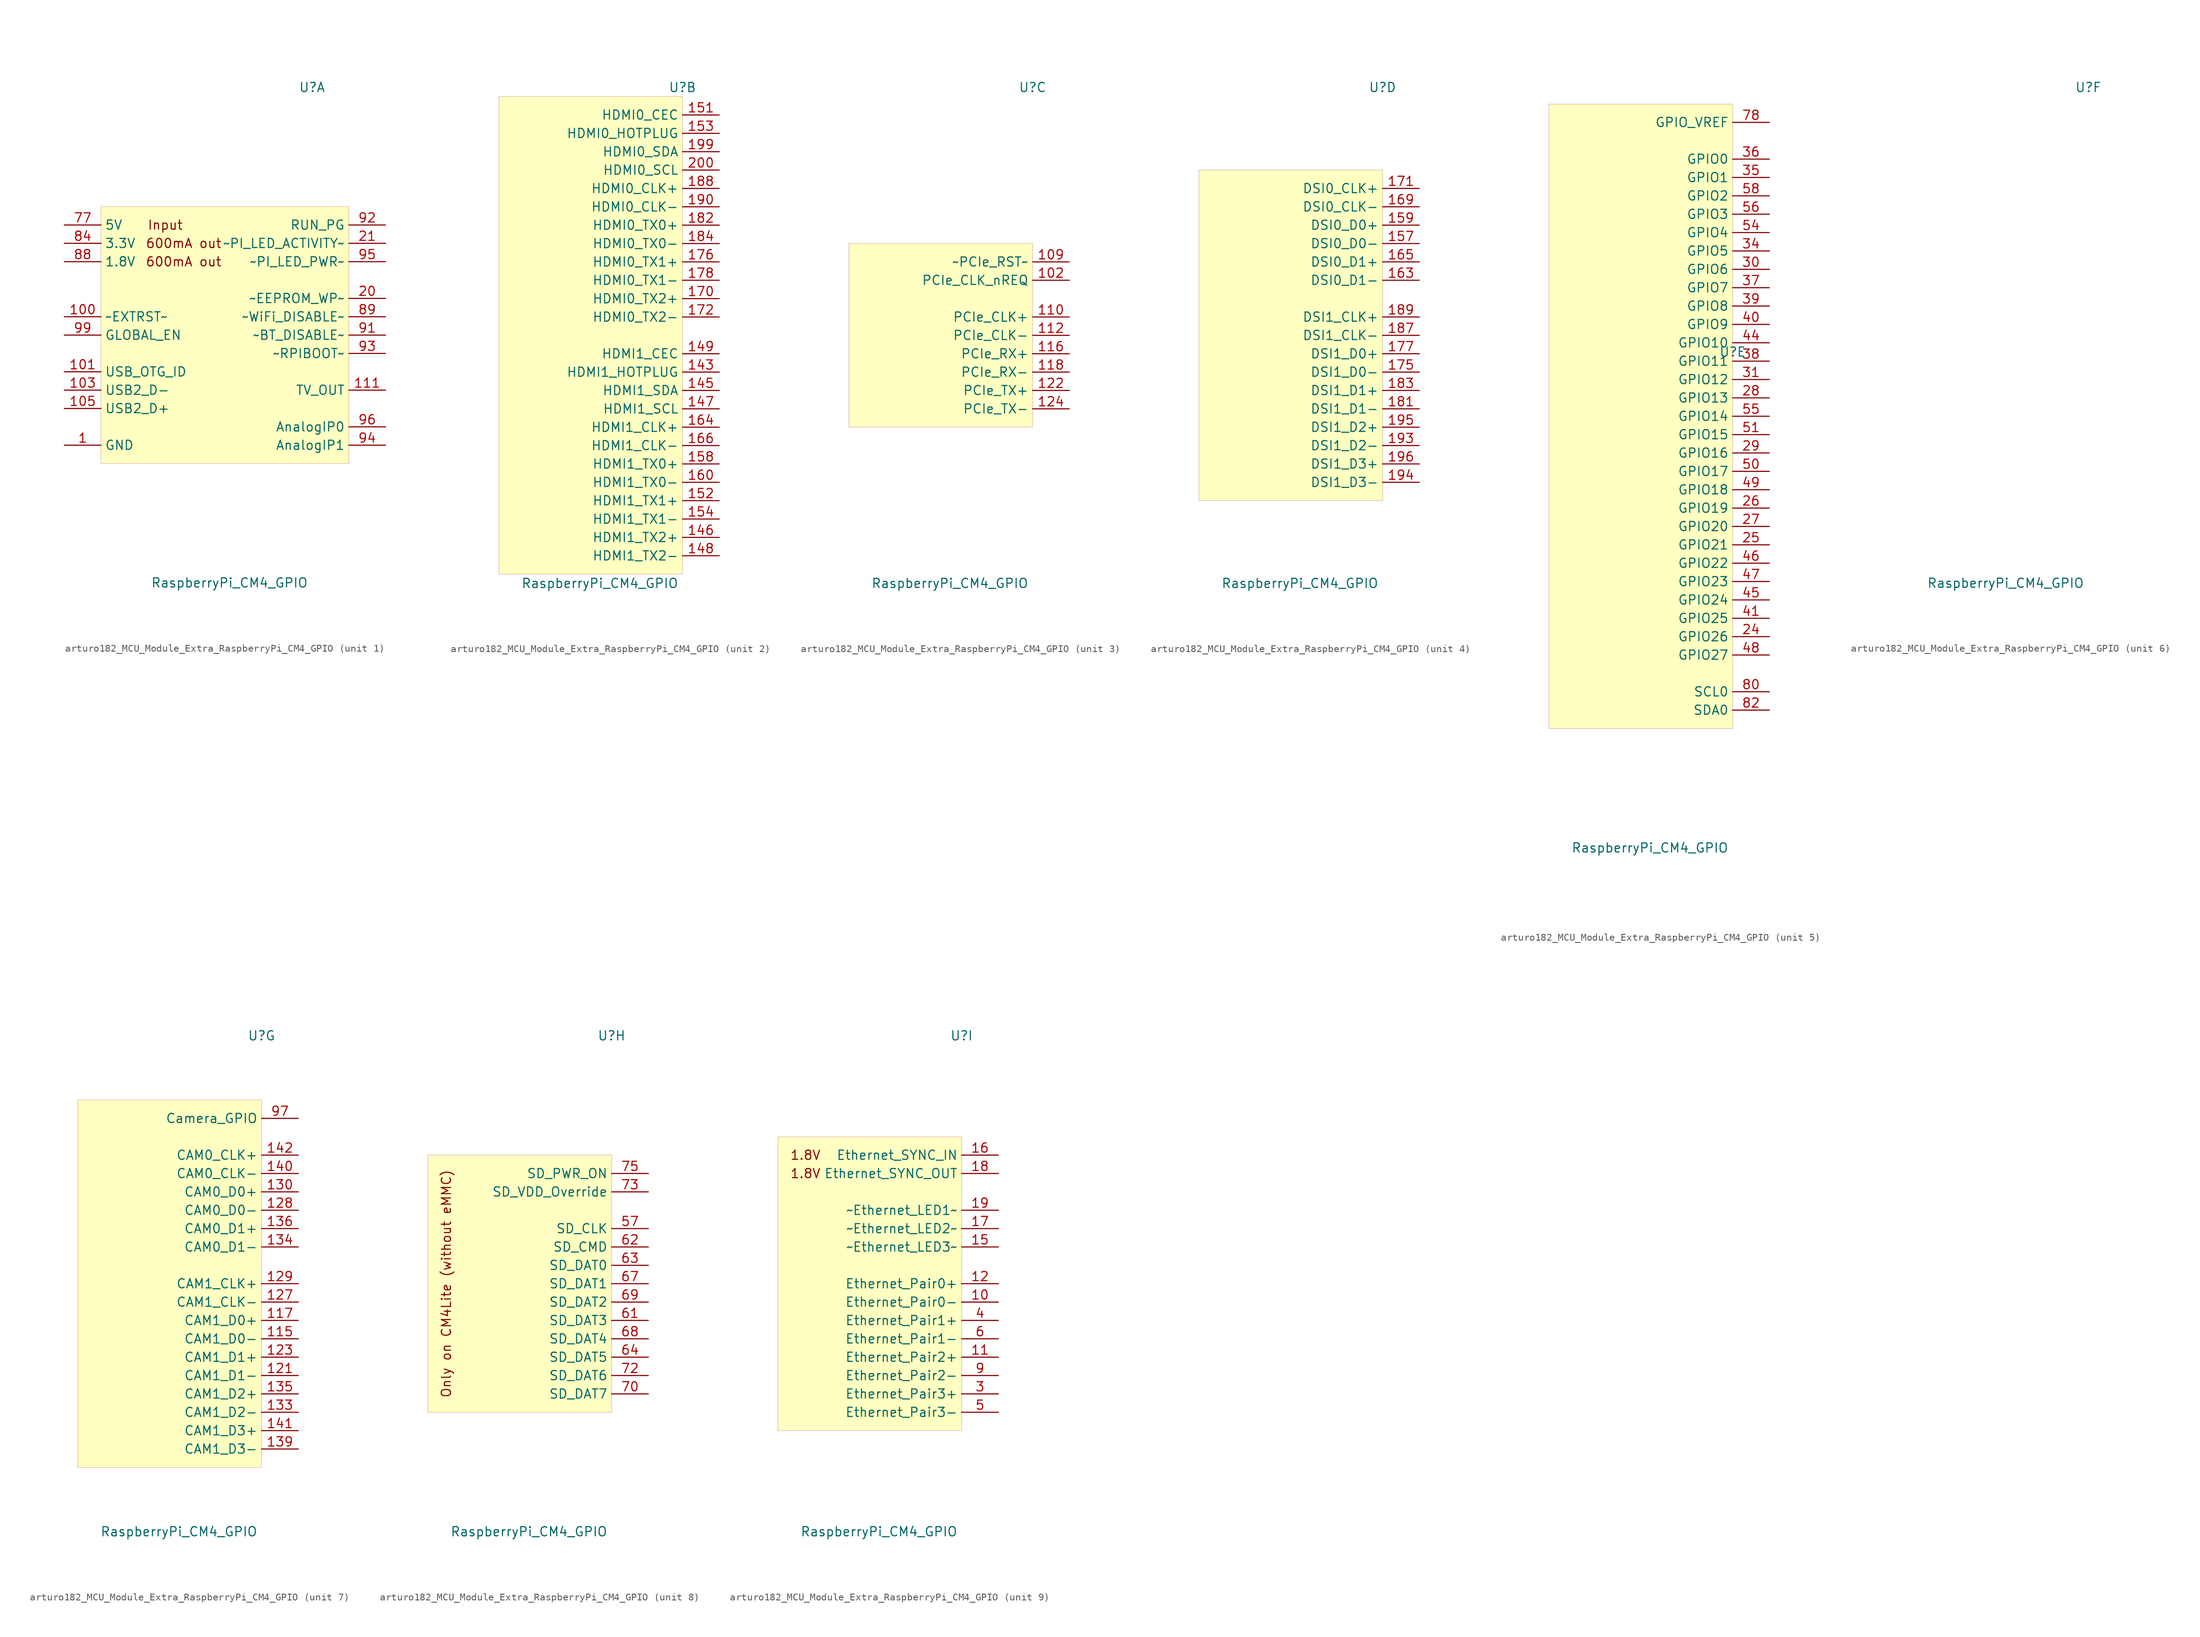
<source format=kicad_sym>
(kicad_symbol_lib
  (version 20220914)
  (generator kicad_symbol_editor)
  (symbol "MCU_Module_Extra:arturo182_MCU_Module_Extra_RaspberryPi_CM4_GPIO"
    (property "Reference" "U"
      (at 12.7 34.29 0)
      (effects (font (size 1.27 1.27))))
    (property "Value" "RaspberryPi_CM4_GPIO"
      (at 1.27 -34.29 0)
      (effects (font (size 1.27 1.27))))
    (property "ki_locked" ""
      (at 0 0 0)
      (effects (font (size 1.27 1.27))))
    (symbol "arturo182_MCU_Module_Extra_RaspberryPi_CM4_GPIO_1_0"
      (text "600mA out" (at -5.08 10.16 0) (effects (font (size 1.27 1.27))))
      (text "600mA out" (at -5.08 12.7 0) (effects (font (size 1.27 1.27))))
      (text "Input" (at -7.62 15.24 0) (effects (font (size 1.27 1.27))))
      (rectangle (start -16.51 17.78) (end 17.78 -17.78) (stroke (width 0.001)) (fill (type background))))
    (symbol "arturo182_MCU_Module_Extra_RaspberryPi_CM4_GPIO_1_1"
      (pin power_in line (at -21.59 -15.24 0) (length 5.08) (name "GND" (effects (font (size 1.27 1.27)))) (number "1" (effects (font (size 1.27 1.27)))))
      (pin output line (at -21.59 2.54 0) (length 5.08) (name "~EXTRST~" (effects (font (size 1.27 1.27)))) (number "100" (effects (font (size 1.27 1.27)))))
      (pin passive line (at -21.59 -15.24 0) (length 5.08) hide (name "GND" (effects (font (size 1.27 1.27)))) (number "13" (effects (font (size 1.27 1.27)))))
      (pin passive line (at -21.59 -15.24 0) (length 5.08) hide (name "GND" (effects (font (size 1.27 1.27)))) (number "14" (effects (font (size 1.27 1.27)))))
      (pin passive line (at -21.59 -15.24 0) (length 5.08) hide (name "GND" (effects (font (size 1.27 1.27)))) (number "2" (effects (font (size 1.27 1.27)))))
      (pin bidirectional line (at 22.86 5.08 180) (length 5.08) (name "~EEPROM_WP~" (effects (font (size 1.27 1.27)))) (number "20" (effects (font (size 1.27 1.27)))))
      (pin open_collector line (at 22.86 12.7 180) (length 5.08) (name "~PI_LED_ACTIVITY~" (effects (font (size 1.27 1.27)))) (number "21" (effects (font (size 1.27 1.27)))))
      (pin passive line (at -21.59 -15.24 0) (length 5.08) hide (name "GND" (effects (font (size 1.27 1.27)))) (number "22" (effects (font (size 1.27 1.27)))))
      (pin passive line (at -21.59 -15.24 0) (length 5.08) hide (name "GND" (effects (font (size 1.27 1.27)))) (number "23" (effects (font (size 1.27 1.27)))))
      (pin passive line (at -21.59 -15.24 0) (length 5.08) hide (name "GND" (effects (font (size 1.27 1.27)))) (number "32" (effects (font (size 1.27 1.27)))))
      (pin passive line (at -21.59 -15.24 0) (length 5.08) hide (name "GND" (effects (font (size 1.27 1.27)))) (number "33" (effects (font (size 1.27 1.27)))))
      (pin passive line (at -21.59 -15.24 0) (length 5.08) hide (name "GND" (effects (font (size 1.27 1.27)))) (number "42" (effects (font (size 1.27 1.27)))))
      (pin passive line (at -21.59 -15.24 0) (length 5.08) hide (name "GND" (effects (font (size 1.27 1.27)))) (number "43" (effects (font (size 1.27 1.27)))))
      (pin passive line (at -21.59 -15.24 0) (length 5.08) hide (name "GND" (effects (font (size 1.27 1.27)))) (number "52" (effects (font (size 1.27 1.27)))))
      (pin passive line (at -21.59 -15.24 0) (length 5.08) hide (name "GND" (effects (font (size 1.27 1.27)))) (number "53" (effects (font (size 1.27 1.27)))))
      (pin passive line (at -21.59 -15.24 0) (length 5.08) hide (name "GND" (effects (font (size 1.27 1.27)))) (number "59" (effects (font (size 1.27 1.27)))))
      (pin passive line (at -21.59 -15.24 0) (length 5.08) hide (name "GND" (effects (font (size 1.27 1.27)))) (number "60" (effects (font (size 1.27 1.27)))))
      (pin passive line (at -21.59 -15.24 0) (length 5.08) hide (name "GND" (effects (font (size 1.27 1.27)))) (number "65" (effects (font (size 1.27 1.27)))))
      (pin passive line (at -21.59 -15.24 0) (length 5.08) hide (name "GND" (effects (font (size 1.27 1.27)))) (number "66" (effects (font (size 1.27 1.27)))))
      (pin passive line (at -21.59 -15.24 0) (length 5.08) hide (name "GND" (effects (font (size 1.27 1.27)))) (number "7" (effects (font (size 1.27 1.27)))))
      (pin passive line (at -21.59 -15.24 0) (length 5.08) hide (name "GND" (effects (font (size 1.27 1.27)))) (number "71" (effects (font (size 1.27 1.27)))))
      (pin passive line (at -21.59 -15.24 0) (length 5.08) hide (name "GND" (effects (font (size 1.27 1.27)))) (number "74" (effects (font (size 1.27 1.27)))))
      (pin no_connect line (at -1.27 -10.16 0) (length 5.08) hide (name "Reserved" (effects (font (size 1.27 1.27)))) (number "76" (effects (font (size 1.27 1.27)))))
      (pin power_in line (at -21.59 15.24 0) (length 5.08) (name "5V" (effects (font (size 1.27 1.27)))) (number "77" (effects (font (size 1.27 1.27)))))
      (pin passive line (at -21.59 15.24 0) (length 5.08) hide (name "5V" (effects (font (size 1.27 1.27)))) (number "79" (effects (font (size 1.27 1.27)))))
      (pin passive line (at -21.59 -15.24 0) (length 5.08) hide (name "GND" (effects (font (size 1.27 1.27)))) (number "8" (effects (font (size 1.27 1.27)))))
      (pin passive line (at -21.59 15.24 0) (length 5.08) hide (name "5V" (effects (font (size 1.27 1.27)))) (number "81" (effects (font (size 1.27 1.27)))))
      (pin passive line (at -21.59 15.24 0) (length 5.08) hide (name "5V" (effects (font (size 1.27 1.27)))) (number "83" (effects (font (size 1.27 1.27)))))
      (pin power_out line (at -21.59 12.7 0) (length 5.08) (name "3.3V" (effects (font (size 1.27 1.27)))) (number "84" (effects (font (size 1.27 1.27)))))
      (pin passive line (at -21.59 15.24 0) (length 5.08) hide (name "5V" (effects (font (size 1.27 1.27)))) (number "85" (effects (font (size 1.27 1.27)))))
      (pin passive line (at -21.59 12.7 0) (length 5.08) hide (name "3.3V" (effects (font (size 1.27 1.27)))) (number "86" (effects (font (size 1.27 1.27)))))
      (pin passive line (at -21.59 15.24 0) (length 5.08) hide (name "5V" (effects (font (size 1.27 1.27)))) (number "87" (effects (font (size 1.27 1.27)))))
      (pin power_out line (at -21.59 10.16 0) (length 5.08) (name "1.8V" (effects (font (size 1.27 1.27)))) (number "88" (effects (font (size 1.27 1.27)))))
      (pin power_in line (at 22.86 2.54 180) (length 5.08) (name "~WiFi_DISABLE~" (effects (font (size 1.27 1.27)))) (number "89" (effects (font (size 1.27 1.27)))))
      (pin passive line (at -21.59 10.16 0) (length 5.08) hide (name "1.8V" (effects (font (size 1.27 1.27)))) (number "90" (effects (font (size 1.27 1.27)))))
      (pin input line (at 22.86 0 180) (length 5.08) (name "~BT_DISABLE~" (effects (font (size 1.27 1.27)))) (number "91" (effects (font (size 1.27 1.27)))))
      (pin bidirectional line (at 22.86 15.24 180) (length 5.08) (name "RUN_PG" (effects (font (size 1.27 1.27)))) (number "92" (effects (font (size 1.27 1.27)))))
      (pin input line (at 22.86 -2.54 180) (length 5.08) (name "~RPIBOOT~" (effects (font (size 1.27 1.27)))) (number "93" (effects (font (size 1.27 1.27)))))
      (pin output line (at 22.86 -15.24 180) (length 5.08) (name "AnalogIP1" (effects (font (size 1.27 1.27)))) (number "94" (effects (font (size 1.27 1.27)))))
      (pin output line (at 22.86 10.16 180) (length 5.08) (name "~PI_LED_PWR~" (effects (font (size 1.27 1.27)))) (number "95" (effects (font (size 1.27 1.27)))))
      (pin output line (at 22.86 -12.7 180) (length 5.08) (name "AnalogIP0" (effects (font (size 1.27 1.27)))) (number "96" (effects (font (size 1.27 1.27)))))
      (pin passive line (at -21.59 -15.24 0) (length 5.08) hide (name "GND" (effects (font (size 1.27 1.27)))) (number "98" (effects (font (size 1.27 1.27)))))
      (pin input line (at -21.59 0 0) (length 5.08) (name "GLOBAL_EN" (effects (font (size 1.27 1.27)))) (number "99" (effects (font (size 1.27 1.27)))))
      (pin input line (at -21.59 -5.08 0) (length 5.08) (name "USB_OTG_ID" (effects (font (size 1.27 1.27)))) (number "101" (effects (font (size 1.27 1.27)))))
      (pin passive line (at -21.59 -7.62 0) (length 5.08) (name "USB2_D-" (effects (font (size 1.27 1.27)))) (number "103" (effects (font (size 1.27 1.27)))))
      (pin no_connect line (at -1.27 -5.08 0) (length 5.08) hide (name "Reserved" (effects (font (size 1.27 1.27)))) (number "104" (effects (font (size 1.27 1.27)))))
      (pin passive line (at -21.59 -10.16 0) (length 5.08) (name "USB2_D+" (effects (font (size 1.27 1.27)))) (number "105" (effects (font (size 1.27 1.27)))))
      (pin no_connect line (at -1.27 -7.62 0) (length 5.08) hide (name "Reserved" (effects (font (size 1.27 1.27)))) (number "106" (effects (font (size 1.27 1.27)))))
      (pin passive line (at -21.59 -15.24 0) (length 5.08) hide (name "GND" (effects (font (size 1.27 1.27)))) (number "107" (effects (font (size 1.27 1.27)))))
      (pin passive line (at -21.59 -15.24 0) (length 5.08) hide (name "GND" (effects (font (size 1.27 1.27)))) (number "108" (effects (font (size 1.27 1.27)))))
      (pin passive line (at 22.86 -7.62 180) (length 5.08) (name "TV_OUT" (effects (font (size 1.27 1.27)))) (number "111" (effects (font (size 1.27 1.27)))))
      (pin passive line (at -21.59 -15.24 0) (length 5.08) hide (name "GND" (effects (font (size 1.27 1.27)))) (number "113" (effects (font (size 1.27 1.27)))))
      (pin passive line (at -21.59 -15.24 0) (length 5.08) hide (name "GND" (effects (font (size 1.27 1.27)))) (number "114" (effects (font (size 1.27 1.27)))))
      (pin passive line (at -21.59 -15.24 0) (length 5.08) hide (name "GND" (effects (font (size 1.27 1.27)))) (number "119" (effects (font (size 1.27 1.27)))))
      (pin passive line (at -21.59 -15.24 0) (length 5.08) hide (name "GND" (effects (font (size 1.27 1.27)))) (number "120" (effects (font (size 1.27 1.27)))))
      (pin passive line (at -21.59 -15.24 0) (length 5.08) hide (name "GND" (effects (font (size 1.27 1.27)))) (number "125" (effects (font (size 1.27 1.27)))))
      (pin passive line (at -21.59 -15.24 0) (length 5.08) hide (name "GND" (effects (font (size 1.27 1.27)))) (number "126" (effects (font (size 1.27 1.27)))))
      (pin passive line (at -21.59 -15.24 0) (length 5.08) hide (name "GND" (effects (font (size 1.27 1.27)))) (number "131" (effects (font (size 1.27 1.27)))))
      (pin passive line (at -21.59 -15.24 0) (length 5.08) hide (name "GND" (effects (font (size 1.27 1.27)))) (number "132" (effects (font (size 1.27 1.27)))))
      (pin passive line (at -21.59 -15.24 0) (length 5.08) hide (name "GND" (effects (font (size 1.27 1.27)))) (number "137" (effects (font (size 1.27 1.27)))))
      (pin passive line (at -21.59 -15.24 0) (length 5.08) hide (name "GND" (effects (font (size 1.27 1.27)))) (number "138" (effects (font (size 1.27 1.27)))))
      (pin passive line (at -21.59 -15.24 0) (length 5.08) hide (name "GND" (effects (font (size 1.27 1.27)))) (number "144" (effects (font (size 1.27 1.27)))))
      (pin passive line (at -21.59 -15.24 0) (length 5.08) hide (name "GND" (effects (font (size 1.27 1.27)))) (number "150" (effects (font (size 1.27 1.27)))))
      (pin passive line (at -21.59 -15.24 0) (length 5.08) hide (name "GND" (effects (font (size 1.27 1.27)))) (number "155" (effects (font (size 1.27 1.27)))))
      (pin passive line (at -21.59 -15.24 0) (length 5.08) hide (name "GND" (effects (font (size 1.27 1.27)))) (number "156" (effects (font (size 1.27 1.27)))))
      (pin passive line (at -21.59 -15.24 0) (length 5.08) hide (name "GND" (effects (font (size 1.27 1.27)))) (number "161" (effects (font (size 1.27 1.27)))))
      (pin passive line (at -21.59 -15.24 0) (length 5.08) hide (name "GND" (effects (font (size 1.27 1.27)))) (number "162" (effects (font (size 1.27 1.27)))))
      (pin passive line (at -21.59 -15.24 0) (length 5.08) hide (name "GND" (effects (font (size 1.27 1.27)))) (number "167" (effects (font (size 1.27 1.27)))))
      (pin passive line (at -21.59 -15.24 0) (length 5.08) hide (name "GND" (effects (font (size 1.27 1.27)))) (number "168" (effects (font (size 1.27 1.27)))))
      (pin passive line (at -21.59 -15.24 0) (length 5.08) hide (name "GND" (effects (font (size 1.27 1.27)))) (number "173" (effects (font (size 1.27 1.27)))))
      (pin passive line (at -21.59 -15.24 0) (length 5.08) hide (name "GND" (effects (font (size 1.27 1.27)))) (number "174" (effects (font (size 1.27 1.27)))))
      (pin passive line (at -21.59 -15.24 0) (length 5.08) hide (name "GND" (effects (font (size 1.27 1.27)))) (number "179" (effects (font (size 1.27 1.27)))))
      (pin passive line (at -21.59 -15.24 0) (length 5.08) hide (name "GND" (effects (font (size 1.27 1.27)))) (number "180" (effects (font (size 1.27 1.27)))))
      (pin passive line (at -21.59 -15.24 0) (length 5.08) hide (name "GND" (effects (font (size 1.27 1.27)))) (number "185" (effects (font (size 1.27 1.27)))))
      (pin passive line (at -21.59 -15.24 0) (length 5.08) hide (name "GND" (effects (font (size 1.27 1.27)))) (number "186" (effects (font (size 1.27 1.27)))))
      (pin passive line (at -21.59 -15.24 0) (length 5.08) hide (name "GND" (effects (font (size 1.27 1.27)))) (number "191" (effects (font (size 1.27 1.27)))))
      (pin passive line (at -21.59 -15.24 0) (length 5.08) hide (name "GND" (effects (font (size 1.27 1.27)))) (number "192" (effects (font (size 1.27 1.27)))))
      (pin passive line (at -21.59 -15.24 0) (length 5.08) hide (name "GND" (effects (font (size 1.27 1.27)))) (number "197" (effects (font (size 1.27 1.27)))))
      (pin passive line (at -21.59 -15.24 0) (length 5.08) hide (name "GND" (effects (font (size 1.27 1.27)))) (number "198" (effects (font (size 1.27 1.27))))))
    (symbol "arturo182_MCU_Module_Extra_RaspberryPi_CM4_GPIO_2_0"
      (rectangle (start -12.7 33.02) (end 12.7 -33.02) (stroke (width 0.001)) (fill (type background))))
    (symbol "arturo182_MCU_Module_Extra_RaspberryPi_CM4_GPIO_2_1"
      (pin input line (at 17.78 -5.08 180) (length 5.08) (name "HDMI1_HOTPLUG" (effects (font (size 1.27 1.27)))) (number "143" (effects (font (size 1.27 1.27)))))
      (pin bidirectional line (at 17.78 -7.62 180) (length 5.08) (name "HDMI1_SDA" (effects (font (size 1.27 1.27)))) (number "145" (effects (font (size 1.27 1.27)))))
      (pin output line (at 17.78 -27.94 180) (length 5.08) (name "HDMI1_TX2+" (effects (font (size 1.27 1.27)))) (number "146" (effects (font (size 1.27 1.27)))))
      (pin open_collector line (at 17.78 -10.16 180) (length 5.08) (name "HDMI1_SCL" (effects (font (size 1.27 1.27)))) (number "147" (effects (font (size 1.27 1.27)))))
      (pin output line (at 17.78 -30.48 180) (length 5.08) (name "HDMI1_TX2-" (effects (font (size 1.27 1.27)))) (number "148" (effects (font (size 1.27 1.27)))))
      (pin open_collector line (at 17.78 -2.54 180) (length 5.08) (name "HDMI1_CEC" (effects (font (size 1.27 1.27)))) (number "149" (effects (font (size 1.27 1.27)))))
      (pin open_collector line (at 17.78 30.48 180) (length 5.08) (name "HDMI0_CEC" (effects (font (size 1.27 1.27)))) (number "151" (effects (font (size 1.27 1.27)))))
      (pin output line (at 17.78 -22.86 180) (length 5.08) (name "HDMI1_TX1+" (effects (font (size 1.27 1.27)))) (number "152" (effects (font (size 1.27 1.27)))))
      (pin input line (at 17.78 27.94 180) (length 5.08) (name "HDMI0_HOTPLUG" (effects (font (size 1.27 1.27)))) (number "153" (effects (font (size 1.27 1.27)))))
      (pin output line (at 17.78 -25.4 180) (length 5.08) (name "HDMI1_TX1-" (effects (font (size 1.27 1.27)))) (number "154" (effects (font (size 1.27 1.27)))))
      (pin output line (at 17.78 -17.78 180) (length 5.08) (name "HDMI1_TX0+" (effects (font (size 1.27 1.27)))) (number "158" (effects (font (size 1.27 1.27)))))
      (pin output line (at 17.78 -20.32 180) (length 5.08) (name "HDMI1_TX0-" (effects (font (size 1.27 1.27)))) (number "160" (effects (font (size 1.27 1.27)))))
      (pin output line (at 17.78 -12.7 180) (length 5.08) (name "HDMI1_CLK+" (effects (font (size 1.27 1.27)))) (number "164" (effects (font (size 1.27 1.27)))))
      (pin output line (at 17.78 -15.24 180) (length 5.08) (name "HDMI1_CLK-" (effects (font (size 1.27 1.27)))) (number "166" (effects (font (size 1.27 1.27)))))
      (pin output line (at 17.78 5.08 180) (length 5.08) (name "HDMI0_TX2+" (effects (font (size 1.27 1.27)))) (number "170" (effects (font (size 1.27 1.27)))))
      (pin output line (at 17.78 2.54 180) (length 5.08) (name "HDMI0_TX2-" (effects (font (size 1.27 1.27)))) (number "172" (effects (font (size 1.27 1.27)))))
      (pin output line (at 17.78 10.16 180) (length 5.08) (name "HDMI0_TX1+" (effects (font (size 1.27 1.27)))) (number "176" (effects (font (size 1.27 1.27)))))
      (pin output line (at 17.78 7.62 180) (length 5.08) (name "HDMI0_TX1-" (effects (font (size 1.27 1.27)))) (number "178" (effects (font (size 1.27 1.27)))))
      (pin output line (at 17.78 15.24 180) (length 5.08) (name "HDMI0_TX0+" (effects (font (size 1.27 1.27)))) (number "182" (effects (font (size 1.27 1.27)))))
      (pin output line (at 17.78 12.7 180) (length 5.08) (name "HDMI0_TX0-" (effects (font (size 1.27 1.27)))) (number "184" (effects (font (size 1.27 1.27)))))
      (pin output line (at 17.78 20.32 180) (length 5.08) (name "HDMI0_CLK+" (effects (font (size 1.27 1.27)))) (number "188" (effects (font (size 1.27 1.27)))))
      (pin output line (at 17.78 17.78 180) (length 5.08) (name "HDMI0_CLK-" (effects (font (size 1.27 1.27)))) (number "190" (effects (font (size 1.27 1.27)))))
      (pin bidirectional line (at 17.78 25.4 180) (length 5.08) (name "HDMI0_SDA" (effects (font (size 1.27 1.27)))) (number "199" (effects (font (size 1.27 1.27)))))
      (pin open_collector line (at 17.78 22.86 180) (length 5.08) (name "HDMI0_SCL" (effects (font (size 1.27 1.27)))) (number "200" (effects (font (size 1.27 1.27))))))
    (symbol "arturo182_MCU_Module_Extra_RaspberryPi_CM4_GPIO_3_0"
      (rectangle (start -12.7 12.7) (end 12.7 -12.7) (stroke (width 0.001)) (fill (type background))))
    (symbol "arturo182_MCU_Module_Extra_RaspberryPi_CM4_GPIO_3_1"
      (pin input line (at 17.78 7.62 180) (length 5.08) (name "PCIe_CLK_nREQ" (effects (font (size 1.27 1.27)))) (number "102" (effects (font (size 1.27 1.27)))))
      (pin bidirectional line (at 17.78 10.16 180) (length 5.08) (name "~PCIe_RST~" (effects (font (size 1.27 1.27)))) (number "109" (effects (font (size 1.27 1.27)))))
      (pin output line (at 17.78 2.54 180) (length 5.08) (name "PCIe_CLK+" (effects (font (size 1.27 1.27)))) (number "110" (effects (font (size 1.27 1.27)))))
      (pin output line (at 17.78 0 180) (length 5.08) (name "PCIe_CLK-" (effects (font (size 1.27 1.27)))) (number "112" (effects (font (size 1.27 1.27)))))
      (pin input line (at 17.78 -2.54 180) (length 5.08) (name "PCIe_RX+" (effects (font (size 1.27 1.27)))) (number "116" (effects (font (size 1.27 1.27)))))
      (pin input line (at 17.78 -5.08 180) (length 5.08) (name "PCIe_RX-" (effects (font (size 1.27 1.27)))) (number "118" (effects (font (size 1.27 1.27)))))
      (pin output line (at 17.78 -7.62 180) (length 5.08) (name "PCIe_TX+" (effects (font (size 1.27 1.27)))) (number "122" (effects (font (size 1.27 1.27)))))
      (pin output line (at 17.78 -10.16 180) (length 5.08) (name "PCIe_TX-" (effects (font (size 1.27 1.27)))) (number "124" (effects (font (size 1.27 1.27))))))
    (symbol "arturo182_MCU_Module_Extra_RaspberryPi_CM4_GPIO_4_0"
      (rectangle (start -12.7 22.86) (end 12.7 -22.86) (stroke (width 0.001)) (fill (type background))))
    (symbol "arturo182_MCU_Module_Extra_RaspberryPi_CM4_GPIO_4_1"
      (pin bidirectional line (at 17.78 12.7 180) (length 5.08) (name "DSI0_D0-" (effects (font (size 1.27 1.27)))) (number "157" (effects (font (size 1.27 1.27)))))
      (pin bidirectional line (at 17.78 15.24 180) (length 5.08) (name "DSI0_D0+" (effects (font (size 1.27 1.27)))) (number "159" (effects (font (size 1.27 1.27)))))
      (pin bidirectional line (at 17.78 7.62 180) (length 5.08) (name "DSI0_D1-" (effects (font (size 1.27 1.27)))) (number "163" (effects (font (size 1.27 1.27)))))
      (pin bidirectional line (at 17.78 10.16 180) (length 5.08) (name "DSI0_D1+" (effects (font (size 1.27 1.27)))) (number "165" (effects (font (size 1.27 1.27)))))
      (pin open_collector line (at 17.78 17.78 180) (length 5.08) (name "DSI0_CLK-" (effects (font (size 1.27 1.27)))) (number "169" (effects (font (size 1.27 1.27)))))
      (pin open_collector line (at 17.78 20.32 180) (length 5.08) (name "DSI0_CLK+" (effects (font (size 1.27 1.27)))) (number "171" (effects (font (size 1.27 1.27)))))
      (pin bidirectional line (at 17.78 -5.08 180) (length 5.08) (name "DSI1_D0-" (effects (font (size 1.27 1.27)))) (number "175" (effects (font (size 1.27 1.27)))))
      (pin bidirectional line (at 17.78 -2.54 180) (length 5.08) (name "DSI1_D0+" (effects (font (size 1.27 1.27)))) (number "177" (effects (font (size 1.27 1.27)))))
      (pin bidirectional line (at 17.78 -10.16 180) (length 5.08) (name "DSI1_D1-" (effects (font (size 1.27 1.27)))) (number "181" (effects (font (size 1.27 1.27)))))
      (pin bidirectional line (at 17.78 -7.62 180) (length 5.08) (name "DSI1_D1+" (effects (font (size 1.27 1.27)))) (number "183" (effects (font (size 1.27 1.27)))))
      (pin bidirectional line (at 17.78 0 180) (length 5.08) (name "DSI1_CLK-" (effects (font (size 1.27 1.27)))) (number "187" (effects (font (size 1.27 1.27)))))
      (pin bidirectional line (at 17.78 2.54 180) (length 5.08) (name "DSI1_CLK+" (effects (font (size 1.27 1.27)))) (number "189" (effects (font (size 1.27 1.27)))))
      (pin bidirectional line (at 17.78 -15.24 180) (length 5.08) (name "DSI1_D2-" (effects (font (size 1.27 1.27)))) (number "193" (effects (font (size 1.27 1.27)))))
      (pin bidirectional line (at 17.78 -20.32 180) (length 5.08) (name "DSI1_D3-" (effects (font (size 1.27 1.27)))) (number "194" (effects (font (size 1.27 1.27)))))
      (pin bidirectional line (at 17.78 -12.7 180) (length 5.08) (name "DSI1_D2+" (effects (font (size 1.27 1.27)))) (number "195" (effects (font (size 1.27 1.27)))))
      (pin bidirectional line (at 17.78 -17.78 180) (length 5.08) (name "DSI1_D3+" (effects (font (size 1.27 1.27)))) (number "196" (effects (font (size 1.27 1.27))))))
    (symbol "arturo182_MCU_Module_Extra_RaspberryPi_CM4_GPIO_5_0"
      (rectangle (start -12.7 68.58) (end 12.7 -17.78) (stroke (width 0.001)) (fill (type background))))
    (symbol "arturo182_MCU_Module_Extra_RaspberryPi_CM4_GPIO_5_1"
      (pin bidirectional line (at 17.78 -5.08 180) (length 5.08) (name "GPIO26" (effects (font (size 1.27 1.27)))) (number "24" (effects (font (size 1.27 1.27)))))
      (pin bidirectional line (at 17.78 -2.54 180) (length 5.08) (name "GPIO25" (effects (font (size 1.27 1.27)))) (number "41" (effects (font (size 1.27 1.27)))))
      (pin bidirectional line (at 17.78 0 180) (length 5.08) (name "GPIO24" (effects (font (size 1.27 1.27)))) (number "45" (effects (font (size 1.27 1.27)))))
      (pin bidirectional line (at 17.78 5.08 180) (length 5.08) (name "GPIO22" (effects (font (size 1.27 1.27)))) (number "46" (effects (font (size 1.27 1.27)))))
      (pin bidirectional line (at 17.78 2.54 180) (length 5.08) (name "GPIO23" (effects (font (size 1.27 1.27)))) (number "47" (effects (font (size 1.27 1.27)))))
      (pin bidirectional line (at 17.78 -7.62 180) (length 5.08) (name "GPIO27" (effects (font (size 1.27 1.27)))) (number "48" (effects (font (size 1.27 1.27)))))
      (pin power_in line (at 17.78 66.04 180) (length 5.08) (name "GPIO_VREF" (effects (font (size 1.27 1.27)))) (number "78" (effects (font (size 1.27 1.27)))))
      (pin passive line (at 17.78 -12.7 180) (length 5.08) (name "SCL0" (effects (font (size 1.27 1.27)))) (number "80" (effects (font (size 1.27 1.27)))))
      (pin passive line (at 17.78 -15.24 180) (length 5.08) (name "SDA0" (effects (font (size 1.27 1.27)))) (number "82" (effects (font (size 1.27 1.27)))))
      (pin bidirectional line (at 17.78 7.62 180) (length 5.08) (name "GPIO21" (effects (font (size 1.27 1.27)))) (number "25" (effects (font (size 1.27 1.27)))))
      (pin bidirectional line (at 17.78 12.7 180) (length 5.08) (name "GPIO19" (effects (font (size 1.27 1.27)))) (number "26" (effects (font (size 1.27 1.27)))))
      (pin bidirectional line (at 17.78 10.16 180) (length 5.08) (name "GPIO20" (effects (font (size 1.27 1.27)))) (number "27" (effects (font (size 1.27 1.27)))))
      (pin bidirectional line (at 17.78 27.94 180) (length 5.08) (name "GPIO13" (effects (font (size 1.27 1.27)))) (number "28" (effects (font (size 1.27 1.27)))))
      (pin bidirectional line (at 17.78 20.32 180) (length 5.08) (name "GPIO16" (effects (font (size 1.27 1.27)))) (number "29" (effects (font (size 1.27 1.27)))))
      (pin bidirectional line (at 17.78 45.72 180) (length 5.08) (name "GPIO6" (effects (font (size 1.27 1.27)))) (number "30" (effects (font (size 1.27 1.27)))))
      (pin bidirectional line (at 17.78 30.48 180) (length 5.08) (name "GPIO12" (effects (font (size 1.27 1.27)))) (number "31" (effects (font (size 1.27 1.27)))))
      (pin bidirectional line (at 17.78 48.26 180) (length 5.08) (name "GPIO5" (effects (font (size 1.27 1.27)))) (number "34" (effects (font (size 1.27 1.27)))))
      (pin bidirectional line (at 17.78 58.42 180) (length 5.08) (name "GPIO1" (effects (font (size 1.27 1.27)))) (number "35" (effects (font (size 1.27 1.27)))))
      (pin bidirectional line (at 17.78 60.96 180) (length 5.08) (name "GPIO0" (effects (font (size 1.27 1.27)))) (number "36" (effects (font (size 1.27 1.27)))))
      (pin bidirectional line (at 17.78 43.18 180) (length 5.08) (name "GPIO7" (effects (font (size 1.27 1.27)))) (number "37" (effects (font (size 1.27 1.27)))))
      (pin bidirectional line (at 17.78 33.02 180) (length 5.08) (name "GPIO11" (effects (font (size 1.27 1.27)))) (number "38" (effects (font (size 1.27 1.27)))))
      (pin bidirectional line (at 17.78 40.64 180) (length 5.08) (name "GPIO8" (effects (font (size 1.27 1.27)))) (number "39" (effects (font (size 1.27 1.27)))))
      (pin bidirectional line (at 17.78 38.1 180) (length 5.08) (name "GPIO9" (effects (font (size 1.27 1.27)))) (number "40" (effects (font (size 1.27 1.27)))))
      (pin bidirectional line (at 17.78 35.56 180) (length 5.08) (name "GPIO10" (effects (font (size 1.27 1.27)))) (number "44" (effects (font (size 1.27 1.27)))))
      (pin bidirectional line (at 17.78 15.24 180) (length 5.08) (name "GPIO18" (effects (font (size 1.27 1.27)))) (number "49" (effects (font (size 1.27 1.27)))))
      (pin bidirectional line (at 17.78 17.78 180) (length 5.08) (name "GPIO17" (effects (font (size 1.27 1.27)))) (number "50" (effects (font (size 1.27 1.27)))))
      (pin bidirectional line (at 17.78 22.86 180) (length 5.08) (name "GPIO15" (effects (font (size 1.27 1.27)))) (number "51" (effects (font (size 1.27 1.27)))))
      (pin bidirectional line (at 17.78 50.8 180) (length 5.08) (name "GPIO4" (effects (font (size 1.27 1.27)))) (number "54" (effects (font (size 1.27 1.27)))))
      (pin bidirectional line (at 17.78 25.4 180) (length 5.08) (name "GPIO14" (effects (font (size 1.27 1.27)))) (number "55" (effects (font (size 1.27 1.27)))))
      (pin bidirectional line (at 17.78 53.34 180) (length 5.08) (name "GPIO3" (effects (font (size 1.27 1.27)))) (number "56" (effects (font (size 1.27 1.27)))))
      (pin bidirectional line (at 17.78 55.88 180) (length 5.08) (name "GPIO2" (effects (font (size 1.27 1.27)))) (number "58" (effects (font (size 1.27 1.27))))))
    (symbol "arturo182_MCU_Module_Extra_RaspberryPi_CM4_GPIO_7_0"
      (rectangle (start -12.7 25.4) (end 12.7 -25.4) (stroke (width 0.001)) (fill (type background))))
    (symbol "arturo182_MCU_Module_Extra_RaspberryPi_CM4_GPIO_7_1"
      (pin bidirectional line (at 17.78 22.86 180) (length 5.08) (name "Camera_GPIO" (effects (font (size 1.27 1.27)))) (number "97" (effects (font (size 1.27 1.27)))))
      (pin bidirectional line (at 17.78 -7.62 180) (length 5.08) (name "CAM1_D0-" (effects (font (size 1.27 1.27)))) (number "115" (effects (font (size 1.27 1.27)))))
      (pin bidirectional line (at 17.78 -5.08 180) (length 5.08) (name "CAM1_D0+" (effects (font (size 1.27 1.27)))) (number "117" (effects (font (size 1.27 1.27)))))
      (pin bidirectional line (at 17.78 -12.7 180) (length 5.08) (name "CAM1_D1-" (effects (font (size 1.27 1.27)))) (number "121" (effects (font (size 1.27 1.27)))))
      (pin bidirectional line (at 17.78 -10.16 180) (length 5.08) (name "CAM1_D1+" (effects (font (size 1.27 1.27)))) (number "123" (effects (font (size 1.27 1.27)))))
      (pin output line (at 17.78 -2.54 180) (length 5.08) (name "CAM1_CLK-" (effects (font (size 1.27 1.27)))) (number "127" (effects (font (size 1.27 1.27)))))
      (pin bidirectional line (at 17.78 10.16 180) (length 5.08) (name "CAM0_D0-" (effects (font (size 1.27 1.27)))) (number "128" (effects (font (size 1.27 1.27)))))
      (pin output line (at 17.78 0 180) (length 5.08) (name "CAM1_CLK+" (effects (font (size 1.27 1.27)))) (number "129" (effects (font (size 1.27 1.27)))))
      (pin bidirectional line (at 17.78 12.7 180) (length 5.08) (name "CAM0_D0+" (effects (font (size 1.27 1.27)))) (number "130" (effects (font (size 1.27 1.27)))))
      (pin bidirectional line (at 17.78 -17.78 180) (length 5.08) (name "CAM1_D2-" (effects (font (size 1.27 1.27)))) (number "133" (effects (font (size 1.27 1.27)))))
      (pin bidirectional line (at 17.78 5.08 180) (length 5.08) (name "CAM0_D1-" (effects (font (size 1.27 1.27)))) (number "134" (effects (font (size 1.27 1.27)))))
      (pin bidirectional line (at 17.78 -15.24 180) (length 5.08) (name "CAM1_D2+" (effects (font (size 1.27 1.27)))) (number "135" (effects (font (size 1.27 1.27)))))
      (pin bidirectional line (at 17.78 7.62 180) (length 5.08) (name "CAM0_D1+" (effects (font (size 1.27 1.27)))) (number "136" (effects (font (size 1.27 1.27)))))
      (pin bidirectional line (at 17.78 -22.86 180) (length 5.08) (name "CAM1_D3-" (effects (font (size 1.27 1.27)))) (number "139" (effects (font (size 1.27 1.27)))))
      (pin output line (at 17.78 15.24 180) (length 5.08) (name "CAM0_CLK-" (effects (font (size 1.27 1.27)))) (number "140" (effects (font (size 1.27 1.27)))))
      (pin bidirectional line (at 17.78 -20.32 180) (length 5.08) (name "CAM1_D3+" (effects (font (size 1.27 1.27)))) (number "141" (effects (font (size 1.27 1.27)))))
      (pin output line (at 17.78 17.78 180) (length 5.08) (name "CAM0_CLK+" (effects (font (size 1.27 1.27)))) (number "142" (effects (font (size 1.27 1.27))))))
    (symbol "arturo182_MCU_Module_Extra_RaspberryPi_CM4_GPIO_8_0"
      (text "Only on CM4Lite (without eMMC)" (at -10.16 0 900) (effects (font (size 1.27 1.27))))
      (rectangle (start -12.7 17.78) (end 12.7 -17.78) (stroke (width 0.001)) (fill (type background))))
    (symbol "arturo182_MCU_Module_Extra_RaspberryPi_CM4_GPIO_8_1"
      (pin passive line (at 17.78 7.62 180) (length 5.08) (name "SD_CLK" (effects (font (size 1.27 1.27)))) (number "57" (effects (font (size 1.27 1.27)))))
      (pin passive line (at 17.78 -5.08 180) (length 5.08) (name "SD_DAT3" (effects (font (size 1.27 1.27)))) (number "61" (effects (font (size 1.27 1.27)))))
      (pin passive line (at 17.78 5.08 180) (length 5.08) (name "SD_CMD" (effects (font (size 1.27 1.27)))) (number "62" (effects (font (size 1.27 1.27)))))
      (pin passive line (at 17.78 2.54 180) (length 5.08) (name "SD_DAT0" (effects (font (size 1.27 1.27)))) (number "63" (effects (font (size 1.27 1.27)))))
      (pin passive line (at 17.78 -10.16 180) (length 5.08) (name "SD_DAT5" (effects (font (size 1.27 1.27)))) (number "64" (effects (font (size 1.27 1.27)))))
      (pin passive line (at 17.78 0 180) (length 5.08) (name "SD_DAT1" (effects (font (size 1.27 1.27)))) (number "67" (effects (font (size 1.27 1.27)))))
      (pin passive line (at 17.78 -7.62 180) (length 5.08) (name "SD_DAT4" (effects (font (size 1.27 1.27)))) (number "68" (effects (font (size 1.27 1.27)))))
      (pin passive line (at 17.78 -2.54 180) (length 5.08) (name "SD_DAT2" (effects (font (size 1.27 1.27)))) (number "69" (effects (font (size 1.27 1.27)))))
      (pin passive line (at 17.78 -15.24 180) (length 5.08) (name "SD_DAT7" (effects (font (size 1.27 1.27)))) (number "70" (effects (font (size 1.27 1.27)))))
      (pin passive line (at 17.78 -12.7 180) (length 5.08) (name "SD_DAT6" (effects (font (size 1.27 1.27)))) (number "72" (effects (font (size 1.27 1.27)))))
      (pin input line (at 17.78 12.7 180) (length 5.08) (name "SD_VDD_Override" (effects (font (size 1.27 1.27)))) (number "73" (effects (font (size 1.27 1.27)))))
      (pin output line (at 17.78 15.24 180) (length 5.08) (name "SD_PWR_ON" (effects (font (size 1.27 1.27)))) (number "75" (effects (font (size 1.27 1.27))))))
    (symbol "arturo182_MCU_Module_Extra_RaspberryPi_CM4_GPIO_9_0"
      (text "1.8V" (at -8.89 15.24 0) (effects (font (size 1.27 1.27))))
      (text "1.8V" (at -8.89 17.78 0) (effects (font (size 1.27 1.27))))
      (rectangle (start 12.7 20.32) (end -12.7 -20.32) (stroke (width 0.001)) (fill (type background))))
    (symbol "arturo182_MCU_Module_Extra_RaspberryPi_CM4_GPIO_9_1"
      (pin bidirectional line (at 17.78 -2.54 180) (length 5.08) (name "Ethernet_Pair0-" (effects (font (size 1.27 1.27)))) (number "10" (effects (font (size 1.27 1.27)))))
      (pin bidirectional line (at 17.78 -10.16 180) (length 5.08) (name "Ethernet_Pair2+" (effects (font (size 1.27 1.27)))) (number "11" (effects (font (size 1.27 1.27)))))
      (pin bidirectional line (at 17.78 0 180) (length 5.08) (name "Ethernet_Pair0+" (effects (font (size 1.27 1.27)))) (number "12" (effects (font (size 1.27 1.27)))))
      (pin output line (at 17.78 5.08 180) (length 5.08) (name "~Ethernet_LED3~" (effects (font (size 1.27 1.27)))) (number "15" (effects (font (size 1.27 1.27)))))
      (pin input line (at 17.78 17.78 180) (length 5.08) (name "Ethernet_SYNC_IN" (effects (font (size 1.27 1.27)))) (number "16" (effects (font (size 1.27 1.27)))))
      (pin output line (at 17.78 7.62 180) (length 5.08) (name "~Ethernet_LED2~" (effects (font (size 1.27 1.27)))) (number "17" (effects (font (size 1.27 1.27)))))
      (pin input line (at 17.78 15.24 180) (length 5.08) (name "Ethernet_SYNC_OUT" (effects (font (size 1.27 1.27)))) (number "18" (effects (font (size 1.27 1.27)))))
      (pin output line (at 17.78 10.16 180) (length 5.08) (name "~Ethernet_LED1~" (effects (font (size 1.27 1.27)))) (number "19" (effects (font (size 1.27 1.27)))))
      (pin bidirectional line (at 17.78 -15.24 180) (length 5.08) (name "Ethernet_Pair3+" (effects (font (size 1.27 1.27)))) (number "3" (effects (font (size 1.27 1.27)))))
      (pin bidirectional line (at 17.78 -5.08 180) (length 5.08) (name "Ethernet_Pair1+" (effects (font (size 1.27 1.27)))) (number "4" (effects (font (size 1.27 1.27)))))
      (pin bidirectional line (at 17.78 -17.78 180) (length 5.08) (name "Ethernet_Pair3-" (effects (font (size 1.27 1.27)))) (number "5" (effects (font (size 1.27 1.27)))))
      (pin bidirectional line (at 17.78 -7.62 180) (length 5.08) (name "Ethernet_Pair1-" (effects (font (size 1.27 1.27)))) (number "6" (effects (font (size 1.27 1.27)))))
      (pin bidirectional line (at 17.78 -12.7 180) (length 5.08) (name "Ethernet_Pair2-" (effects (font (size 1.27 1.27)))) (number "9" (effects (font (size 1.27 1.27))))))))
</source>
